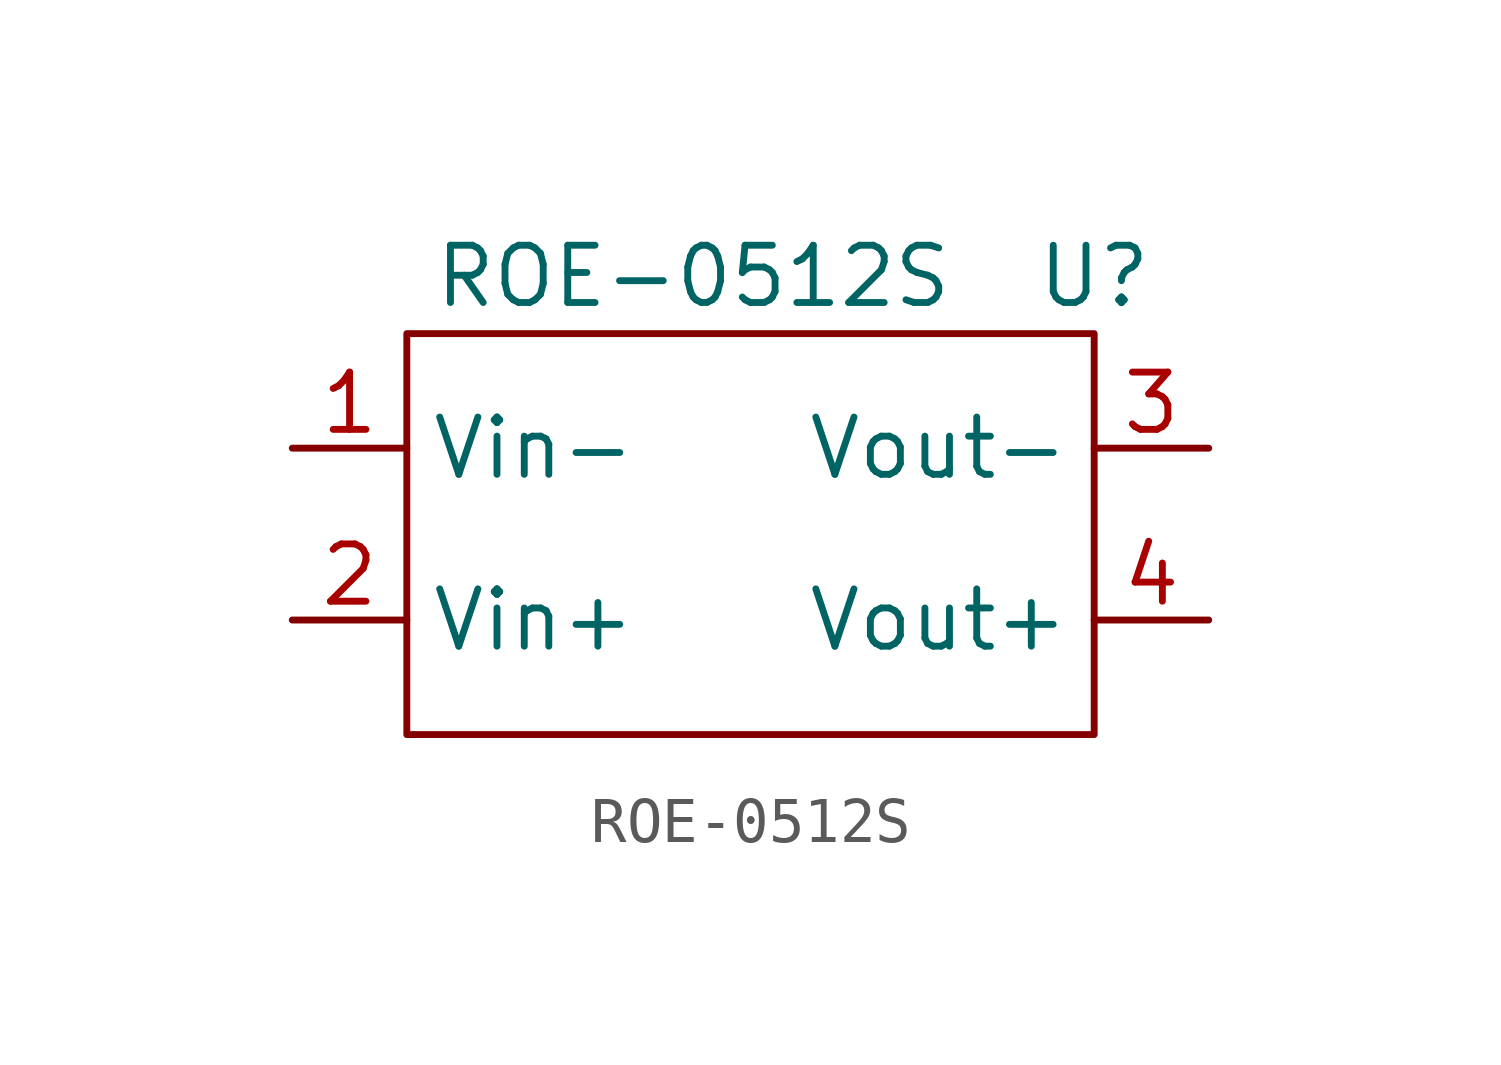
<source format=kicad_sym>
(kicad_symbol_lib
  (version 20211014)
  (generator kicad_symbol_editor)
  (symbol "ROE-0512S"
    (property "Reference" "U"
      (at 7.62 5.08 0)
      (effects (font (size 1.27 1.27))))
    (property "Value" "ROE-0512S"
      (at -1.27 5.08 0)
      (effects (font (size 1.27 1.27))))
    (symbol "ROE-0512S_0_1"
      (rectangle (start -7.62 3.81) (end 7.62 -5.08) (stroke (width 0) (type default) (color 0 0 0 0)) (fill (type none))))
    (symbol "ROE-0512S_1_1"
      (pin input line (at -10.16 1.27 0) (length 2.54) (name "Vin-" (effects (font (size 1.27 1.27)))) (number "1" (effects (font (size 1.27 1.27)))))
      (pin input line (at -10.16 -2.54 0) (length 2.54) (name "Vin+" (effects (font (size 1.27 1.27)))) (number "2" (effects (font (size 1.27 1.27)))))
      (pin input line (at 10.16 1.27 180) (length 2.54) (name "Vout-" (effects (font (size 1.27 1.27)))) (number "3" (effects (font (size 1.27 1.27)))))
      (pin input line (at 10.16 -2.54 180) (length 2.54) (name "Vout+" (effects (font (size 1.27 1.27)))) (number "4" (effects (font (size 1.27 1.27))))))))
</source>
